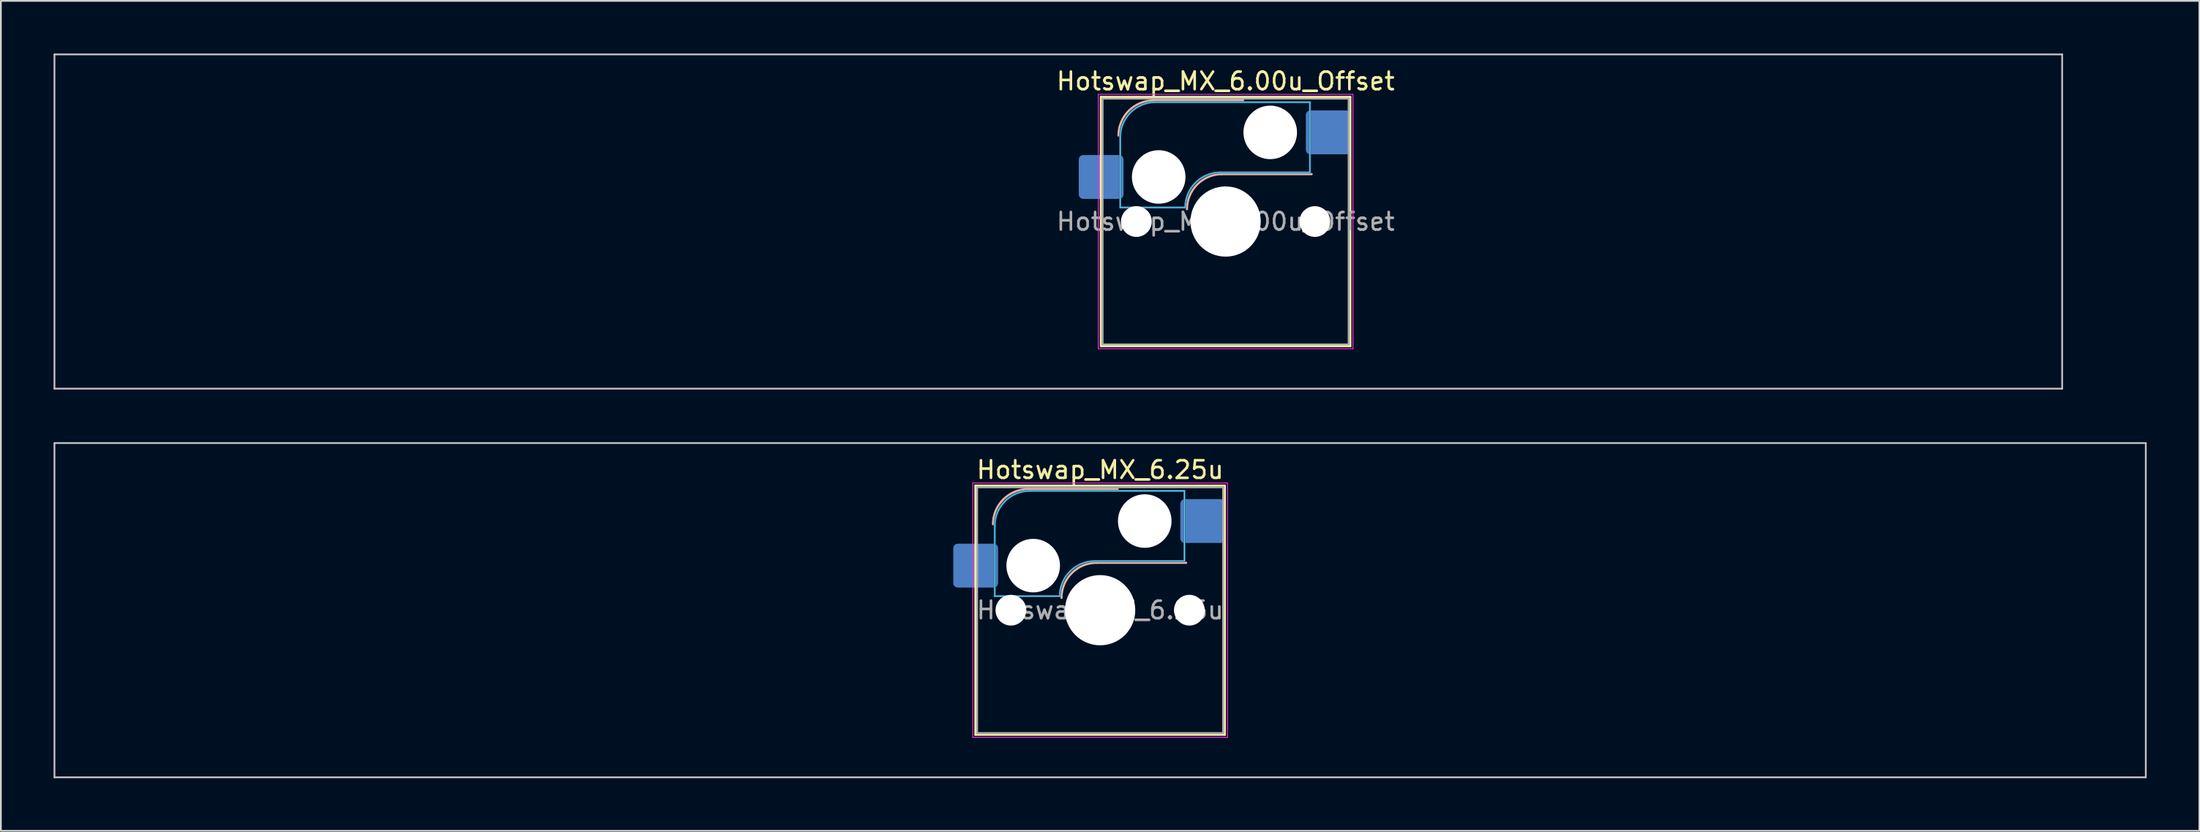
<source format=kicad_pcb>
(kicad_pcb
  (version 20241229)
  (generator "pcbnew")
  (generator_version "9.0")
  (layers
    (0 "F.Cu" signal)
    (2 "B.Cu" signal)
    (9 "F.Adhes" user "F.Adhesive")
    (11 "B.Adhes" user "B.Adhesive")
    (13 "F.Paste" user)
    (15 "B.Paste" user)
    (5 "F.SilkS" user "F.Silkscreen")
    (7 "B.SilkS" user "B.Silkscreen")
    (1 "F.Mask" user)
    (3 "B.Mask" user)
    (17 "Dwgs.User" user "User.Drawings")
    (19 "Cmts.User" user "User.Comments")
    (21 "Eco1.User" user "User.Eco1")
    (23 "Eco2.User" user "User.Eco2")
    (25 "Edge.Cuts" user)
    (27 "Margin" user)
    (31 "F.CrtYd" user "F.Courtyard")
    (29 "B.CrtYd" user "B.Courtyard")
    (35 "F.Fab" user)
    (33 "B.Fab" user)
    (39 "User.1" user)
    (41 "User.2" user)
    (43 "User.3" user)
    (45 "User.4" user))
  (footprint "Hotswap_MX_6.25u"
    (layer "F.Cu")
    (at 59.581 31.725)
    (property "Reference" "Hotswap_MX_6.25u" (at 0 -8 0) (layer "F.SilkS") (effects (font (size 1 1) (thickness 0.15))))
    (attr smd)
    (fp_line (start -7.1 -7.1) (end -7.1 7.1) (stroke (width 0.12) (type solid)) (layer "F.SilkS"))
    (fp_line (start -7.1 7.1) (end 7.1 7.1) (stroke (width 0.12) (type solid)) (layer "F.SilkS"))
    (fp_line (start 7.1 -7.1) (end -7.1 -7.1) (stroke (width 0.12) (type solid)) (layer "F.SilkS"))
    (fp_line (start 7.1 7.1) (end 7.1 -7.1) (stroke (width 0.12) (type solid)) (layer "F.SilkS"))
    (fp_line (start -4.1 -6.9) (end 1 -6.9) (stroke (width 0.12) (type solid)) (layer "B.SilkS"))
    (fp_line (start -0.2 -2.7) (end 4.9 -2.7) (stroke (width 0.12) (type solid)) (layer "B.SilkS"))
    (fp_arc (start -6.1 -4.9) (mid -5.514214 -6.314214) (end -4.1 -6.9) (stroke (width 0.12) (type solid)) (layer "B.SilkS"))
    (fp_arc (start -2.2 -0.7) (mid -1.614214 -2.114214) (end -0.2 -2.7) (stroke (width 0.12) (type solid)) (layer "B.SilkS"))
    (fp_line (start -59.531 -9.525) (end -59.531 9.525) (stroke (width 0.1) (type solid)) (layer "Dwgs.User"))
    (fp_line (start -59.531 9.525) (end 59.531 9.525) (stroke (width 0.1) (type solid)) (layer "Dwgs.User"))
    (fp_line (start 59.531 -9.525) (end -59.531 -9.525) (stroke (width 0.1) (type solid)) (layer "Dwgs.User"))
    (fp_line (start 59.531 9.525) (end 59.531 -9.525) (stroke (width 0.1) (type solid)) (layer "Dwgs.User"))
    (fp_line (start -7.8 -6) (end -7 -6) (stroke (width 0.1) (type solid)) (layer "Eco1.User"))
    (fp_line (start -7.8 -2.9) (end -7.8 -6) (stroke (width 0.1) (type solid)) (layer "Eco1.User"))
    (fp_line (start -7.8 2.9) (end -7 2.9) (stroke (width 0.1) (type solid)) (layer "Eco1.User"))
    (fp_line (start -7.8 6) (end -7.8 2.9) (stroke (width 0.1) (type solid)) (layer "Eco1.User"))
    (fp_line (start -7 -7) (end 7 -7) (stroke (width 0.1) (type solid)) (layer "Eco1.User"))
    (fp_line (start -7 -6) (end -7 -7) (stroke (width 0.1) (type solid)) (layer "Eco1.User"))
    (fp_line (start -7 -2.9) (end -7.8 -2.9) (stroke (width 0.1) (type solid)) (layer "Eco1.User"))
    (fp_line (start -7 2.9) (end -7 -2.9) (stroke (width 0.1) (type solid)) (layer "Eco1.User"))
    (fp_line (start -7 6) (end -7.8 6) (stroke (width 0.1) (type solid)) (layer "Eco1.User"))
    (fp_line (start -7 7) (end -7 6) (stroke (width 0.1) (type solid)) (layer "Eco1.User"))
    (fp_line (start 7 -7) (end 7 -6) (stroke (width 0.1) (type solid)) (layer "Eco1.User"))
    (fp_line (start 7 -6) (end 7.8 -6) (stroke (width 0.1) (type solid)) (layer "Eco1.User"))
    (fp_line (start 7 -2.9) (end 7 2.9) (stroke (width 0.1) (type solid)) (layer "Eco1.User"))
    (fp_line (start 7 2.9) (end 7.8 2.9) (stroke (width 0.1) (type solid)) (layer "Eco1.User"))
    (fp_line (start 7 6) (end 7 7) (stroke (width 0.1) (type solid)) (layer "Eco1.User"))
    (fp_line (start 7 7) (end -7 7) (stroke (width 0.1) (type solid)) (layer "Eco1.User"))
    (fp_line (start 7.8 -6) (end 7.8 -2.9) (stroke (width 0.1) (type solid)) (layer "Eco1.User"))
    (fp_line (start 7.8 -2.9) (end 7 -2.9) (stroke (width 0.1) (type solid)) (layer "Eco1.User"))
    (fp_line (start 7.8 2.9) (end 7.8 6) (stroke (width 0.1) (type solid)) (layer "Eco1.User"))
    (fp_line (start 7.8 6) (end 7 6) (stroke (width 0.1) (type solid)) (layer "Eco1.User"))
    (fp_line (start -6 -0.8) (end -6 -4.8) (stroke (width 0.05) (type solid)) (layer "B.CrtYd"))
    (fp_line (start -6 -0.8) (end -2.3 -0.8) (stroke (width 0.05) (type solid)) (layer "B.CrtYd"))
    (fp_line (start -4 -6.8) (end 4.8 -6.8) (stroke (width 0.05) (type solid)) (layer "B.CrtYd"))
    (fp_line (start -0.3 -2.8) (end 4.8 -2.8) (stroke (width 0.05) (type solid)) (layer "B.CrtYd"))
    (fp_line (start 4.8 -6.8) (end 4.8 -2.8) (stroke (width 0.05) (type solid)) (layer "B.CrtYd"))
    (fp_arc (start -6 -4.8) (mid -5.414214 -6.214214) (end -4 -6.8) (stroke (width 0.05) (type solid)) (layer "B.CrtYd"))
    (fp_arc (start -2.3 -0.8) (mid -1.714214 -2.214214) (end -0.3 -2.8) (stroke (width 0.05) (type solid)) (layer "B.CrtYd"))
    (fp_line (start -7.25 -7.25) (end -7.25 7.25) (stroke (width 0.05) (type solid)) (layer "F.CrtYd"))
    (fp_line (start -7.25 7.25) (end 7.25 7.25) (stroke (width 0.05) (type solid)) (layer "F.CrtYd"))
    (fp_line (start 7.25 -7.25) (end -7.25 -7.25) (stroke (width 0.05) (type solid)) (layer "F.CrtYd"))
    (fp_line (start 7.25 7.25) (end 7.25 -7.25) (stroke (width 0.05) (type solid)) (layer "F.CrtYd"))
    (fp_line (start -6 -0.8) (end -6 -4.8) (stroke (width 0.12) (type solid)) (layer "B.Fab"))
    (fp_line (start -6 -0.8) (end -2.3 -0.8) (stroke (width 0.12) (type solid)) (layer "B.Fab"))
    (fp_line (start -4 -6.8) (end 4.8 -6.8) (stroke (width 0.12) (type solid)) (layer "B.Fab"))
    (fp_line (start -0.3 -2.8) (end 4.8 -2.8) (stroke (width 0.12) (type solid)) (layer "B.Fab"))
    (fp_line (start 4.8 -6.8) (end 4.8 -2.8) (stroke (width 0.12) (type solid)) (layer "B.Fab"))
    (fp_arc (start -6 -4.8) (mid -5.414214 -6.214214) (end -4 -6.8) (stroke (width 0.12) (type solid)) (layer "B.Fab"))
    (fp_arc (start -2.3 -0.8) (mid -1.714214 -2.214214) (end -0.3 -2.8) (stroke (width 0.12) (type solid)) (layer "B.Fab"))
    (fp_line (start -7 -7) (end -7 7) (stroke (width 0.1) (type solid)) (layer "F.Fab"))
    (fp_line (start -7 7) (end 7 7) (stroke (width 0.1) (type solid)) (layer "F.Fab"))
    (fp_line (start 7 -7) (end -7 -7) (stroke (width 0.1) (type solid)) (layer "F.Fab"))
    (fp_line (start 7 7) (end 7 -7) (stroke (width 0.1) (type solid)) (layer "F.Fab"))
    (fp_text user "${REFERENCE}" (at 0 0 0) (layer "F.Fab") (effects (font (size 1 1) (thickness 0.15))))
    (pad "" np_thru_hole circle (at -5.08 0) (size 1.75 1.75) (drill 1.75) (layers "*.Cu" "*.Mask"))
    (pad "" np_thru_hole circle (at -3.81 -2.54) (size 3.05 3.05) (drill 3.05) (layers "*.Cu" "*.Mask"))
    (pad "" np_thru_hole circle (at 0 0) (size 4 4) (drill 4) (layers "*.Cu" "*.Mask"))
    (pad "" np_thru_hole circle (at 2.54 -5.08) (size 3.05 3.05) (drill 3.05) (layers "*.Cu" "*.Mask"))
    (pad "" np_thru_hole circle (at 5.08 0) (size 1.75 1.75) (drill 1.75) (layers "*.Cu" "*.Mask"))
    (pad "1" smd roundrect (at -7.085 -2.54) (size 2.55 2.5) (layers "B.Cu" "B.Mask" "B.Paste") (roundrect_rratio 0.1))
    (pad "2" smd roundrect (at 5.842 -5.08) (size 2.55 2.5) (layers "B.Cu" "B.Mask" "B.Paste") (roundrect_rratio 0.1)))
  (footprint "Hotswap_MX_6.00u_Offset"
    (layer "F.Cu")
    (at 66.725 9.575)
    (property "Reference" "Hotswap_MX_6.00u_Offset" (at 0 -8 0) (layer "F.SilkS") (effects (font (size 1 1) (thickness 0.15))))
    (attr smd)
    (fp_line (start -7.1 -7.1) (end -7.1 7.1) (stroke (width 0.12) (type solid)) (layer "F.SilkS"))
    (fp_line (start -7.1 7.1) (end 7.1 7.1) (stroke (width 0.12) (type solid)) (layer "F.SilkS"))
    (fp_line (start 7.1 -7.1) (end -7.1 -7.1) (stroke (width 0.12) (type solid)) (layer "F.SilkS"))
    (fp_line (start 7.1 7.1) (end 7.1 -7.1) (stroke (width 0.12) (type solid)) (layer "F.SilkS"))
    (fp_line (start -4.1 -6.9) (end 1 -6.9) (stroke (width 0.12) (type solid)) (layer "B.SilkS"))
    (fp_line (start -0.2 -2.7) (end 4.9 -2.7) (stroke (width 0.12) (type solid)) (layer "B.SilkS"))
    (fp_arc (start -6.1 -4.9) (mid -5.514214 -6.314214) (end -4.1 -6.9) (stroke (width 0.12) (type solid)) (layer "B.SilkS"))
    (fp_arc (start -2.2 -0.7) (mid -1.614214 -2.114214) (end -0.2 -2.7) (stroke (width 0.12) (type solid)) (layer "B.SilkS"))
    (fp_line (start -66.675 -9.525) (end -66.675 9.525) (stroke (width 0.1) (type solid)) (layer "Dwgs.User"))
    (fp_line (start -66.675 9.525) (end 47.625 9.525) (stroke (width 0.1) (type solid)) (layer "Dwgs.User"))
    (fp_line (start 47.625 -9.525) (end -66.675 -9.525) (stroke (width 0.1) (type solid)) (layer "Dwgs.User"))
    (fp_line (start 47.625 9.525) (end 47.625 -9.525) (stroke (width 0.1) (type solid)) (layer "Dwgs.User"))
    (fp_line (start -7.8 -6) (end -7 -6) (stroke (width 0.1) (type solid)) (layer "Eco1.User"))
    (fp_line (start -7.8 -2.9) (end -7.8 -6) (stroke (width 0.1) (type solid)) (layer "Eco1.User"))
    (fp_line (start -7.8 2.9) (end -7 2.9) (stroke (width 0.1) (type solid)) (layer "Eco1.User"))
    (fp_line (start -7.8 6) (end -7.8 2.9) (stroke (width 0.1) (type solid)) (layer "Eco1.User"))
    (fp_line (start -7 -7) (end 7 -7) (stroke (width 0.1) (type solid)) (layer "Eco1.User"))
    (fp_line (start -7 -6) (end -7 -7) (stroke (width 0.1) (type solid)) (layer "Eco1.User"))
    (fp_line (start -7 -2.9) (end -7.8 -2.9) (stroke (width 0.1) (type solid)) (layer "Eco1.User"))
    (fp_line (start -7 2.9) (end -7 -2.9) (stroke (width 0.1) (type solid)) (layer "Eco1.User"))
    (fp_line (start -7 6) (end -7.8 6) (stroke (width 0.1) (type solid)) (layer "Eco1.User"))
    (fp_line (start -7 7) (end -7 6) (stroke (width 0.1) (type solid)) (layer "Eco1.User"))
    (fp_line (start 7 -7) (end 7 -6) (stroke (width 0.1) (type solid)) (layer "Eco1.User"))
    (fp_line (start 7 -6) (end 7.8 -6) (stroke (width 0.1) (type solid)) (layer "Eco1.User"))
    (fp_line (start 7 -2.9) (end 7 2.9) (stroke (width 0.1) (type solid)) (layer "Eco1.User"))
    (fp_line (start 7 2.9) (end 7.8 2.9) (stroke (width 0.1) (type solid)) (layer "Eco1.User"))
    (fp_line (start 7 6) (end 7 7) (stroke (width 0.1) (type solid)) (layer "Eco1.User"))
    (fp_line (start 7 7) (end -7 7) (stroke (width 0.1) (type solid)) (layer "Eco1.User"))
    (fp_line (start 7.8 -6) (end 7.8 -2.9) (stroke (width 0.1) (type solid)) (layer "Eco1.User"))
    (fp_line (start 7.8 -2.9) (end 7 -2.9) (stroke (width 0.1) (type solid)) (layer "Eco1.User"))
    (fp_line (start 7.8 2.9) (end 7.8 6) (stroke (width 0.1) (type solid)) (layer "Eco1.User"))
    (fp_line (start 7.8 6) (end 7 6) (stroke (width 0.1) (type solid)) (layer "Eco1.User"))
    (fp_line (start -6 -0.8) (end -6 -4.8) (stroke (width 0.05) (type solid)) (layer "B.CrtYd"))
    (fp_line (start -6 -0.8) (end -2.3 -0.8) (stroke (width 0.05) (type solid)) (layer "B.CrtYd"))
    (fp_line (start -4 -6.8) (end 4.8 -6.8) (stroke (width 0.05) (type solid)) (layer "B.CrtYd"))
    (fp_line (start -0.3 -2.8) (end 4.8 -2.8) (stroke (width 0.05) (type solid)) (layer "B.CrtYd"))
    (fp_line (start 4.8 -6.8) (end 4.8 -2.8) (stroke (width 0.05) (type solid)) (layer "B.CrtYd"))
    (fp_arc (start -6 -4.8) (mid -5.414214 -6.214214) (end -4 -6.8) (stroke (width 0.05) (type solid)) (layer "B.CrtYd"))
    (fp_arc (start -2.3 -0.8) (mid -1.714214 -2.214214) (end -0.3 -2.8) (stroke (width 0.05) (type solid)) (layer "B.CrtYd"))
    (fp_line (start -7.25 -7.25) (end -7.25 7.25) (stroke (width 0.05) (type solid)) (layer "F.CrtYd"))
    (fp_line (start -7.25 7.25) (end 7.25 7.25) (stroke (width 0.05) (type solid)) (layer "F.CrtYd"))
    (fp_line (start 7.25 -7.25) (end -7.25 -7.25) (stroke (width 0.05) (type solid)) (layer "F.CrtYd"))
    (fp_line (start 7.25 7.25) (end 7.25 -7.25) (stroke (width 0.05) (type solid)) (layer "F.CrtYd"))
    (fp_line (start -6 -0.8) (end -6 -4.8) (stroke (width 0.12) (type solid)) (layer "B.Fab"))
    (fp_line (start -6 -0.8) (end -2.3 -0.8) (stroke (width 0.12) (type solid)) (layer "B.Fab"))
    (fp_line (start -4 -6.8) (end 4.8 -6.8) (stroke (width 0.12) (type solid)) (layer "B.Fab"))
    (fp_line (start -0.3 -2.8) (end 4.8 -2.8) (stroke (width 0.12) (type solid)) (layer "B.Fab"))
    (fp_line (start 4.8 -6.8) (end 4.8 -2.8) (stroke (width 0.12) (type solid)) (layer "B.Fab"))
    (fp_arc (start -6 -4.8) (mid -5.414214 -6.214214) (end -4 -6.8) (stroke (width 0.12) (type solid)) (layer "B.Fab"))
    (fp_arc (start -2.3 -0.8) (mid -1.714214 -2.214214) (end -0.3 -2.8) (stroke (width 0.12) (type solid)) (layer "B.Fab"))
    (fp_line (start -7 -7) (end -7 7) (stroke (width 0.1) (type solid)) (layer "F.Fab"))
    (fp_line (start -7 7) (end 7 7) (stroke (width 0.1) (type solid)) (layer "F.Fab"))
    (fp_line (start 7 -7) (end -7 -7) (stroke (width 0.1) (type solid)) (layer "F.Fab"))
    (fp_line (start 7 7) (end 7 -7) (stroke (width 0.1) (type solid)) (layer "F.Fab"))
    (fp_text user "${REFERENCE}" (at 0 0 0) (layer "F.Fab") (effects (font (size 1 1) (thickness 0.15))))
    (pad "" np_thru_hole circle (at -5.08 0) (size 1.75 1.75) (drill 1.75) (layers "*.Cu" "*.Mask"))
    (pad "" np_thru_hole circle (at -3.81 -2.54) (size 3.05 3.05) (drill 3.05) (layers "*.Cu" "*.Mask"))
    (pad "" np_thru_hole circle (at 0 0) (size 4 4) (drill 4) (layers "*.Cu" "*.Mask"))
    (pad "" np_thru_hole circle (at 2.54 -5.08) (size 3.05 3.05) (drill 3.05) (layers "*.Cu" "*.Mask"))
    (pad "" np_thru_hole circle (at 5.08 0) (size 1.75 1.75) (drill 1.75) (layers "*.Cu" "*.Mask"))
    (pad "1" smd roundrect (at -7.085 -2.54) (size 2.55 2.5) (layers "B.Cu" "B.Mask" "B.Paste") (roundrect_rratio 0.1))
    (pad "2" smd roundrect (at 5.842 -5.08) (size 2.55 2.5) (layers "B.Cu" "B.Mask" "B.Paste") (roundrect_rratio 0.1)))
  (gr_rect
    (start -3 -3)
    (end 122.162 44.3)
    (stroke (width 0.1) (type default))
    (fill no)
    (layer "Edge.Cuts")))
</source>
